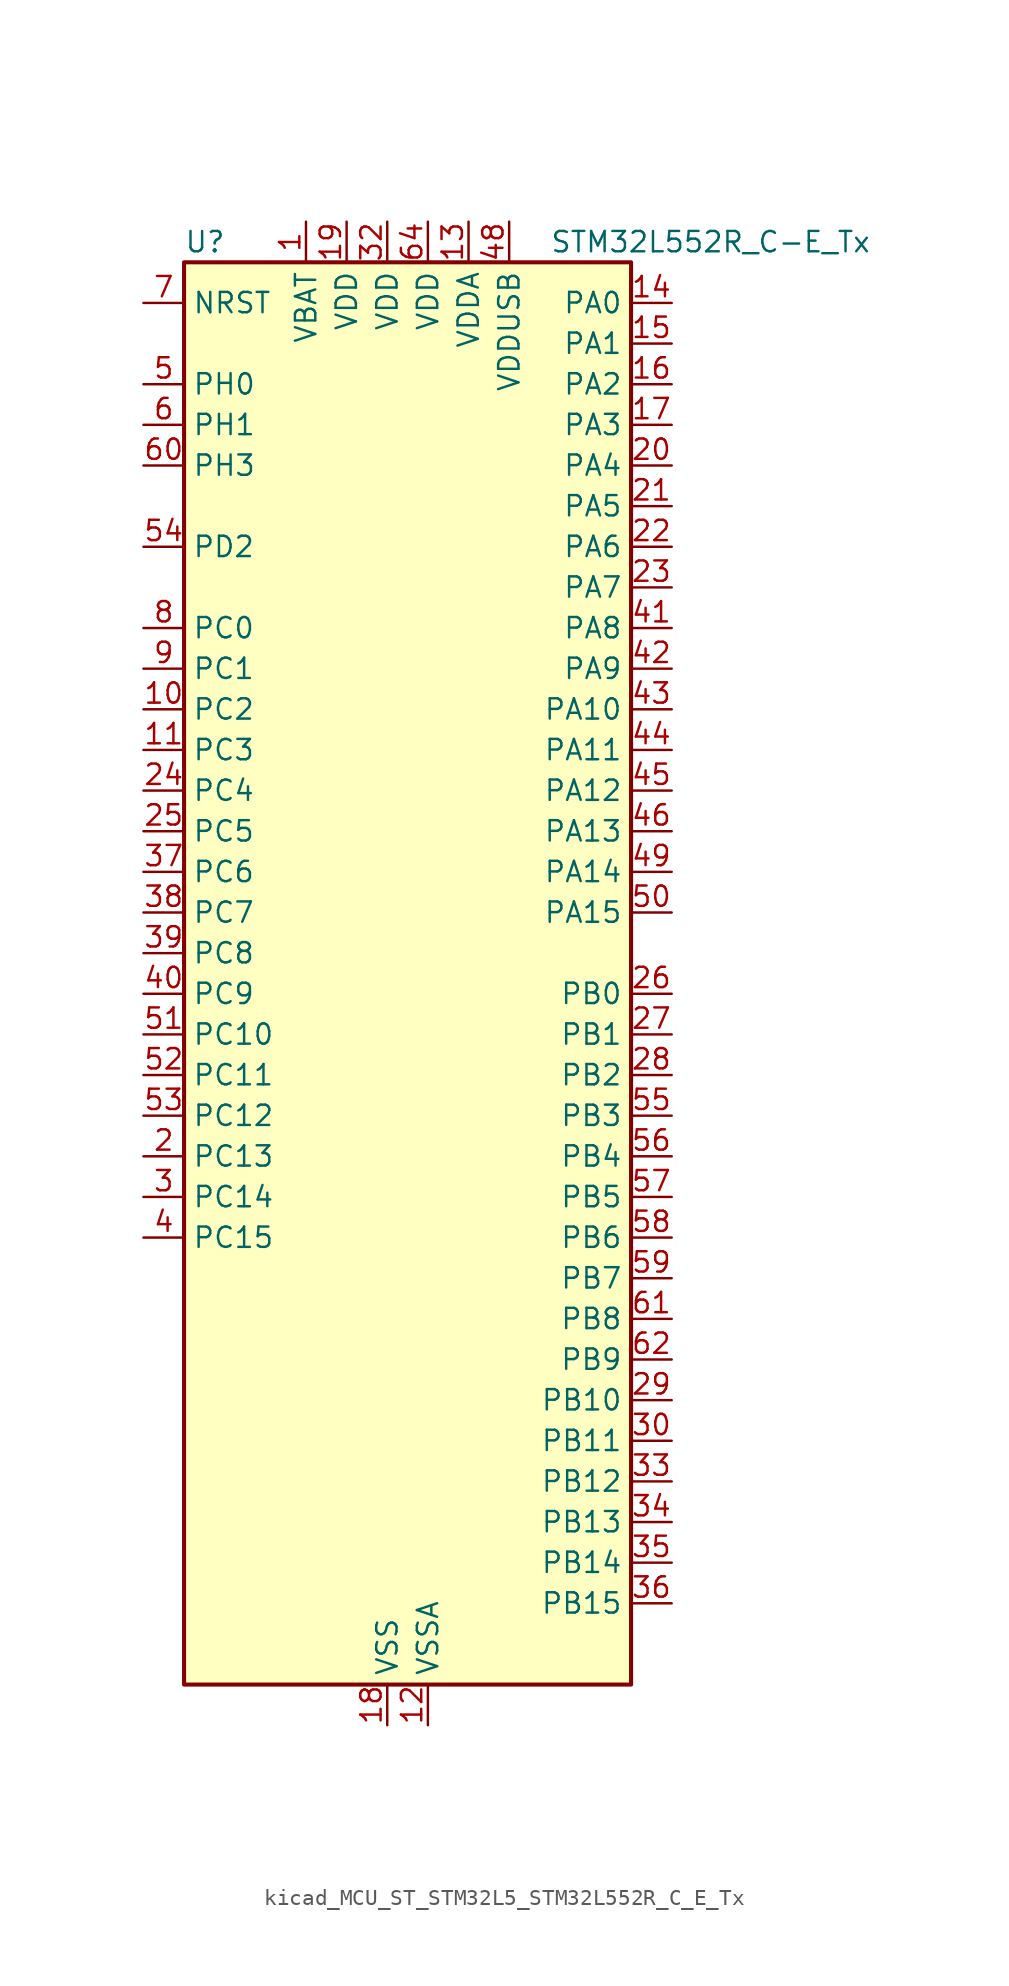
<source format=kicad_sym>
(kicad_symbol_lib
  (version 20220914)
  (generator kicad_symbol_editor)
  (symbol "kicad_MCU_ST_STM32L5_STM32L552R_C_E_Tx"
    (property "Reference" "U"
      (at -12.7 46.99 0)
      (effects (font (size 1.27 1.27)) (justify left)))
    (property "Value" "STM32L552R_C-E_Tx"
      (at 10.16 46.99 0)
      (effects (font (size 1.27 1.27)) (justify left)))
    (property "ki_locked" ""
      (at 0 0 0)
      (effects (font (size 1.27 1.27))))
    (symbol "kicad_MCU_ST_STM32L5_STM32L552R_C_E_Tx_0_1"
      (rectangle (start -12.7 -43.18) (end 15.24 45.72) (stroke (width 0.254) (type default)) (fill (type background))))
    (symbol "kicad_MCU_ST_STM32L5_STM32L552R_C_E_Tx_1_1"
      (pin power_in line (at -5.08 48.26 270) (length 2.54) (name "VBAT" (effects (font (size 1.27 1.27)))) (number "1" (effects (font (size 1.27 1.27)))))
      (pin bidirectional line (at -15.24 17.78 0) (length 2.54) (name "PC2" (effects (font (size 1.27 1.27)))) (number "10" (effects (font (size 1.27 1.27)))) (alternate "ADC1_IN3" bidirectional line) (alternate "ADC2_IN3" bidirectional line) (alternate "DFSDM1_CKOUT" bidirectional line) (alternate "LPTIM1_IN2" bidirectional line) (alternate "OCTOSPI1_IO5" bidirectional line) (alternate "SPI2_MISO" bidirectional line))
      (pin bidirectional line (at -15.24 15.24 0) (length 2.54) (name "PC3" (effects (font (size 1.27 1.27)))) (number "11" (effects (font (size 1.27 1.27)))) (alternate "ADC1_IN4" bidirectional line) (alternate "ADC2_IN4" bidirectional line) (alternate "LPTIM1_ETR" bidirectional line) (alternate "LPTIM2_ETR" bidirectional line) (alternate "LPTIM3_OUT" bidirectional line) (alternate "OCTOSPI1_IO6" bidirectional line) (alternate "SAI1_D1" bidirectional line) (alternate "SAI1_SD_A" bidirectional line) (alternate "SPI2_MOSI" bidirectional line))
      (pin power_in line (at 2.54 -45.72 90) (length 2.54) (name "VSSA" (effects (font (size 1.27 1.27)))) (number "12" (effects (font (size 1.27 1.27)))))
      (pin power_in line (at 5.08 48.26 270) (length 2.54) (name "VDDA" (effects (font (size 1.27 1.27)))) (number "13" (effects (font (size 1.27 1.27)))))
      (pin bidirectional line (at 17.78 43.18 180) (length 2.54) (name "PA0" (effects (font (size 1.27 1.27)))) (number "14" (effects (font (size 1.27 1.27)))) (alternate "ADC1_IN5" bidirectional line) (alternate "ADC2_IN5" bidirectional line) (alternate "OPAMP1_VINP" bidirectional line) (alternate "PWR_WKUP1" bidirectional line) (alternate "SAI1_EXTCLK" bidirectional line) (alternate "TAMP_IN2" bidirectional line) (alternate "TAMP_OUT1" bidirectional line) (alternate "TIM2_CH1" bidirectional line) (alternate "TIM2_ETR" bidirectional line) (alternate "TIM5_CH1" bidirectional line) (alternate "TIM8_ETR" bidirectional line) (alternate "UART4_TX" bidirectional line) (alternate "USART2_CTS" bidirectional line) (alternate "USART2_NSS" bidirectional line))
      (pin bidirectional line (at 17.78 40.64 180) (length 2.54) (name "PA1" (effects (font (size 1.27 1.27)))) (number "15" (effects (font (size 1.27 1.27)))) (alternate "ADC1_IN6" bidirectional line) (alternate "ADC2_IN6" bidirectional line) (alternate "I2C1_SMBA" bidirectional line) (alternate "OCTOSPI1_DQS" bidirectional line) (alternate "OPAMP1_VINM" bidirectional line) (alternate "SPI1_SCK" bidirectional line) (alternate "TAMP_IN5" bidirectional line) (alternate "TAMP_OUT4" bidirectional line) (alternate "TIM15_CH1N" bidirectional line) (alternate "TIM2_CH2" bidirectional line) (alternate "TIM5_CH2" bidirectional line) (alternate "UART4_RX" bidirectional line) (alternate "USART2_DE" bidirectional line) (alternate "USART2_RTS" bidirectional line))
      (pin bidirectional line (at 17.78 38.1 180) (length 2.54) (name "PA2" (effects (font (size 1.27 1.27)))) (number "16" (effects (font (size 1.27 1.27)))) (alternate "ADC1_IN7" bidirectional line) (alternate "ADC2_IN7" bidirectional line) (alternate "COMP1_INP" bidirectional line) (alternate "LPUART1_TX" bidirectional line) (alternate "OCTOSPI1_NCS" bidirectional line) (alternate "PWR_WKUP4" bidirectional line) (alternate "RCC_LSCO" bidirectional line) (alternate "SAI2_EXTCLK" bidirectional line) (alternate "TIM15_CH1" bidirectional line) (alternate "TIM2_CH3" bidirectional line) (alternate "TIM5_CH3" bidirectional line) (alternate "UCPD1_FRSTX1" bidirectional line) (alternate "USART2_TX" bidirectional line))
      (pin bidirectional line (at 17.78 35.56 180) (length 2.54) (name "PA3" (effects (font (size 1.27 1.27)))) (number "17" (effects (font (size 1.27 1.27)))) (alternate "ADC1_IN8" bidirectional line) (alternate "ADC2_IN8" bidirectional line) (alternate "LPUART1_RX" bidirectional line) (alternate "OCTOSPI1_CLK" bidirectional line) (alternate "OPAMP1_VOUT" bidirectional line) (alternate "SAI1_CK1" bidirectional line) (alternate "SAI1_MCLK_A" bidirectional line) (alternate "TIM15_CH2" bidirectional line) (alternate "TIM2_CH4" bidirectional line) (alternate "TIM5_CH4" bidirectional line) (alternate "USART2_RX" bidirectional line))
      (pin power_in line (at 0 -45.72 90) (length 2.54) (name "VSS" (effects (font (size 1.27 1.27)))) (number "18" (effects (font (size 1.27 1.27)))))
      (pin power_in line (at -2.54 48.26 270) (length 2.54) (name "VDD" (effects (font (size 1.27 1.27)))) (number "19" (effects (font (size 1.27 1.27)))))
      (pin bidirectional line (at -15.24 -10.16 0) (length 2.54) (name "PC13" (effects (font (size 1.27 1.27)))) (number "2" (effects (font (size 1.27 1.27)))) (alternate "PWR_WKUP2" bidirectional line) (alternate "RTC_OUT1" bidirectional line) (alternate "RTC_TS" bidirectional line) (alternate "TAMP_IN1" bidirectional line) (alternate "TAMP_OUT2" bidirectional line))
      (pin bidirectional line (at 17.78 33.02 180) (length 2.54) (name "PA4" (effects (font (size 1.27 1.27)))) (number "20" (effects (font (size 1.27 1.27)))) (alternate "ADC1_IN9" bidirectional line) (alternate "ADC2_IN9" bidirectional line) (alternate "DAC1_OUT1" bidirectional line) (alternate "LPTIM2_OUT" bidirectional line) (alternate "OCTOSPI1_NCS" bidirectional line) (alternate "SAI1_FS_B" bidirectional line) (alternate "SPI1_NSS" bidirectional line) (alternate "SPI3_NSS" bidirectional line) (alternate "USART2_CK" bidirectional line))
      (pin bidirectional line (at 17.78 30.48 180) (length 2.54) (name "PA5" (effects (font (size 1.27 1.27)))) (number "21" (effects (font (size 1.27 1.27)))) (alternate "ADC1_IN10" bidirectional line) (alternate "ADC2_IN10" bidirectional line) (alternate "DAC1_OUT2" bidirectional line) (alternate "LPTIM2_ETR" bidirectional line) (alternate "SPI1_SCK" bidirectional line) (alternate "TIM2_CH1" bidirectional line) (alternate "TIM2_ETR" bidirectional line) (alternate "TIM8_CH1N" bidirectional line))
      (pin bidirectional line (at 17.78 27.94 180) (length 2.54) (name "PA6" (effects (font (size 1.27 1.27)))) (number "22" (effects (font (size 1.27 1.27)))) (alternate "ADC1_IN11" bidirectional line) (alternate "ADC2_IN11" bidirectional line) (alternate "LPUART1_CTS" bidirectional line) (alternate "OCTOSPI1_IO3" bidirectional line) (alternate "OPAMP2_VINP" bidirectional line) (alternate "SPI1_MISO" bidirectional line) (alternate "TIM16_CH1" bidirectional line) (alternate "TIM1_BKIN" bidirectional line) (alternate "TIM3_CH1" bidirectional line) (alternate "TIM8_BKIN" bidirectional line) (alternate "USART3_CTS" bidirectional line) (alternate "USART3_NSS" bidirectional line))
      (pin bidirectional line (at 17.78 25.4 180) (length 2.54) (name "PA7" (effects (font (size 1.27 1.27)))) (number "23" (effects (font (size 1.27 1.27)))) (alternate "ADC1_IN12" bidirectional line) (alternate "ADC2_IN12" bidirectional line) (alternate "I2C3_SCL" bidirectional line) (alternate "OCTOSPI1_IO2" bidirectional line) (alternate "OPAMP2_VINM" bidirectional line) (alternate "SPI1_MOSI" bidirectional line) (alternate "TIM17_CH1" bidirectional line) (alternate "TIM1_CH1N" bidirectional line) (alternate "TIM3_CH2" bidirectional line) (alternate "TIM8_CH1N" bidirectional line))
      (pin bidirectional line (at -15.24 12.7 0) (length 2.54) (name "PC4" (effects (font (size 1.27 1.27)))) (number "24" (effects (font (size 1.27 1.27)))) (alternate "ADC1_IN13" bidirectional line) (alternate "ADC2_IN13" bidirectional line) (alternate "COMP1_INM" bidirectional line) (alternate "OCTOSPI1_IO7" bidirectional line) (alternate "USART3_TX" bidirectional line))
      (pin bidirectional line (at -15.24 10.16 0) (length 2.54) (name "PC5" (effects (font (size 1.27 1.27)))) (number "25" (effects (font (size 1.27 1.27)))) (alternate "ADC1_IN14" bidirectional line) (alternate "ADC2_IN14" bidirectional line) (alternate "COMP1_INP" bidirectional line) (alternate "PWR_WKUP5" bidirectional line) (alternate "SAI1_D3" bidirectional line) (alternate "TAMP_IN4" bidirectional line) (alternate "TAMP_OUT5" bidirectional line) (alternate "USART3_RX" bidirectional line))
      (pin bidirectional line (at 17.78 0 180) (length 2.54) (name "PB0" (effects (font (size 1.27 1.27)))) (number "26" (effects (font (size 1.27 1.27)))) (alternate "ADC1_IN15" bidirectional line) (alternate "ADC2_IN15" bidirectional line) (alternate "COMP1_OUT" bidirectional line) (alternate "OCTOSPI1_IO1" bidirectional line) (alternate "OPAMP2_VOUT" bidirectional line) (alternate "SAI1_EXTCLK" bidirectional line) (alternate "SPI1_NSS" bidirectional line) (alternate "TIM1_CH2N" bidirectional line) (alternate "TIM3_CH3" bidirectional line) (alternate "TIM8_CH2N" bidirectional line) (alternate "USART3_CK" bidirectional line))
      (pin bidirectional line (at 17.78 -2.54 180) (length 2.54) (name "PB1" (effects (font (size 1.27 1.27)))) (number "27" (effects (font (size 1.27 1.27)))) (alternate "ADC1_IN16" bidirectional line) (alternate "ADC2_IN16" bidirectional line) (alternate "COMP1_INM" bidirectional line) (alternate "DFSDM1_DATIN0" bidirectional line) (alternate "LPTIM2_IN1" bidirectional line) (alternate "LPUART1_DE" bidirectional line) (alternate "LPUART1_RTS" bidirectional line) (alternate "OCTOSPI1_IO0" bidirectional line) (alternate "TIM1_CH3N" bidirectional line) (alternate "TIM3_CH4" bidirectional line) (alternate "TIM8_CH3N" bidirectional line) (alternate "USART3_DE" bidirectional line) (alternate "USART3_RTS" bidirectional line))
      (pin bidirectional line (at 17.78 -5.08 180) (length 2.54) (name "PB2" (effects (font (size 1.27 1.27)))) (number "28" (effects (font (size 1.27 1.27)))) (alternate "COMP1_INP" bidirectional line) (alternate "DFSDM1_CKIN0" bidirectional line) (alternate "I2C3_SMBA" bidirectional line) (alternate "LPTIM1_OUT" bidirectional line) (alternate "OCTOSPI1_DQS" bidirectional line) (alternate "RTC_OUT2" bidirectional line) (alternate "UCPD1_FRSTX1" bidirectional line))
      (pin bidirectional line (at 17.78 -25.4 180) (length 2.54) (name "PB10" (effects (font (size 1.27 1.27)))) (number "29" (effects (font (size 1.27 1.27)))) (alternate "COMP1_OUT" bidirectional line) (alternate "I2C2_SCL" bidirectional line) (alternate "I2C4_SCL" bidirectional line) (alternate "LPTIM3_OUT" bidirectional line) (alternate "LPUART1_RX" bidirectional line) (alternate "OCTOSPI1_CLK" bidirectional line) (alternate "SAI1_SCK_A" bidirectional line) (alternate "SPI2_SCK" bidirectional line) (alternate "TIM2_CH3" bidirectional line) (alternate "TSC_SYNC" bidirectional line) (alternate "USART3_TX" bidirectional line))
      (pin bidirectional line (at -15.24 -12.7 0) (length 2.54) (name "PC14" (effects (font (size 1.27 1.27)))) (number "3" (effects (font (size 1.27 1.27)))) (alternate "RCC_OSC32_IN" bidirectional line))
      (pin bidirectional line (at 17.78 -27.94 180) (length 2.54) (name "PB11" (effects (font (size 1.27 1.27)))) (number "30" (effects (font (size 1.27 1.27)))) (alternate "ADC1_EXTI11" bidirectional line) (alternate "ADC2_EXTI11" bidirectional line) (alternate "COMP2_OUT" bidirectional line) (alternate "I2C2_SDA" bidirectional line) (alternate "I2C4_SDA" bidirectional line) (alternate "LPUART1_TX" bidirectional line) (alternate "OCTOSPI1_NCS" bidirectional line) (alternate "TIM2_CH4" bidirectional line) (alternate "USART3_RX" bidirectional line))
      (pin passive line (at 0 -45.72 90) (length 2.54) hide (name "VSS" (effects (font (size 1.27 1.27)))) (number "31" (effects (font (size 1.27 1.27)))))
      (pin power_in line (at 0 48.26 270) (length 2.54) (name "VDD" (effects (font (size 1.27 1.27)))) (number "32" (effects (font (size 1.27 1.27)))))
      (pin bidirectional line (at 17.78 -30.48 180) (length 2.54) (name "PB12" (effects (font (size 1.27 1.27)))) (number "33" (effects (font (size 1.27 1.27)))) (alternate "DFSDM1_DATIN1" bidirectional line) (alternate "I2C2_SMBA" bidirectional line) (alternate "LPUART1_DE" bidirectional line) (alternate "LPUART1_RTS" bidirectional line) (alternate "OCTOSPI1_NCLK" bidirectional line) (alternate "SAI2_FS_A" bidirectional line) (alternate "SPI2_NSS" bidirectional line) (alternate "TIM15_BKIN" bidirectional line) (alternate "TIM1_BKIN" bidirectional line) (alternate "TSC_G1_IO1" bidirectional line) (alternate "USART3_CK" bidirectional line))
      (pin bidirectional line (at 17.78 -33.02 180) (length 2.54) (name "PB13" (effects (font (size 1.27 1.27)))) (number "34" (effects (font (size 1.27 1.27)))) (alternate "DFSDM1_CKIN1" bidirectional line) (alternate "I2C2_SCL" bidirectional line) (alternate "LPTIM3_IN1" bidirectional line) (alternate "LPUART1_CTS" bidirectional line) (alternate "SAI2_SCK_A" bidirectional line) (alternate "SPI2_SCK" bidirectional line) (alternate "TIM15_CH1N" bidirectional line) (alternate "TIM1_CH1N" bidirectional line) (alternate "TSC_G1_IO2" bidirectional line) (alternate "UCPD1_FRSTX2" bidirectional line) (alternate "USART3_CTS" bidirectional line) (alternate "USART3_NSS" bidirectional line))
      (pin bidirectional line (at 17.78 -35.56 180) (length 2.54) (name "PB14" (effects (font (size 1.27 1.27)))) (number "35" (effects (font (size 1.27 1.27)))) (alternate "DFSDM1_DATIN2" bidirectional line) (alternate "I2C2_SDA" bidirectional line) (alternate "LPTIM3_ETR" bidirectional line) (alternate "SAI2_MCLK_A" bidirectional line) (alternate "SPI2_MISO" bidirectional line) (alternate "TIM15_CH1" bidirectional line) (alternate "TIM1_CH2N" bidirectional line) (alternate "TIM8_CH2N" bidirectional line) (alternate "TSC_G1_IO3" bidirectional line) (alternate "UCPD1_DBCC2" bidirectional line) (alternate "USART3_DE" bidirectional line) (alternate "USART3_RTS" bidirectional line))
      (pin bidirectional line (at 17.78 -38.1 180) (length 2.54) (name "PB15" (effects (font (size 1.27 1.27)))) (number "36" (effects (font (size 1.27 1.27)))) (alternate "ADC1_EXTI15" bidirectional line) (alternate "ADC2_EXTI15" bidirectional line) (alternate "DFSDM1_CKIN2" bidirectional line) (alternate "RTC_REFIN" bidirectional line) (alternate "SAI2_SD_A" bidirectional line) (alternate "SPI2_MOSI" bidirectional line) (alternate "TIM15_CH2" bidirectional line) (alternate "TIM1_CH3N" bidirectional line) (alternate "TIM8_CH3N" bidirectional line) (alternate "UCPD1_CC2" bidirectional line))
      (pin bidirectional line (at -15.24 7.62 0) (length 2.54) (name "PC6" (effects (font (size 1.27 1.27)))) (number "37" (effects (font (size 1.27 1.27)))) (alternate "DFSDM1_CKIN3" bidirectional line) (alternate "SAI2_MCLK_A" bidirectional line) (alternate "SDMMC1_D0DIR" bidirectional line) (alternate "SDMMC1_D6" bidirectional line) (alternate "TIM3_CH1" bidirectional line) (alternate "TIM8_CH1" bidirectional line) (alternate "TSC_G4_IO1" bidirectional line))
      (pin bidirectional line (at -15.24 5.08 0) (length 2.54) (name "PC7" (effects (font (size 1.27 1.27)))) (number "38" (effects (font (size 1.27 1.27)))) (alternate "DFSDM1_DATIN3" bidirectional line) (alternate "SAI2_MCLK_B" bidirectional line) (alternate "SDMMC1_D123DIR" bidirectional line) (alternate "SDMMC1_D7" bidirectional line) (alternate "TIM3_CH2" bidirectional line) (alternate "TIM8_CH2" bidirectional line) (alternate "TSC_G4_IO2" bidirectional line))
      (pin bidirectional line (at -15.24 2.54 0) (length 2.54) (name "PC8" (effects (font (size 1.27 1.27)))) (number "39" (effects (font (size 1.27 1.27)))) (alternate "SDMMC1_D0" bidirectional line) (alternate "TIM3_CH3" bidirectional line) (alternate "TIM8_CH3" bidirectional line) (alternate "TSC_G4_IO3" bidirectional line))
      (pin bidirectional line (at -15.24 -15.24 0) (length 2.54) (name "PC15" (effects (font (size 1.27 1.27)))) (number "4" (effects (font (size 1.27 1.27)))) (alternate "ADC1_EXTI15" bidirectional line) (alternate "ADC2_EXTI15" bidirectional line) (alternate "RCC_OSC32_OUT" bidirectional line))
      (pin bidirectional line (at -15.24 0 0) (length 2.54) (name "PC9" (effects (font (size 1.27 1.27)))) (number "40" (effects (font (size 1.27 1.27)))) (alternate "DAC1_EXTI9" bidirectional line) (alternate "DEBUG_TRACED0" bidirectional line) (alternate "SAI2_EXTCLK" bidirectional line) (alternate "SDMMC1_D1" bidirectional line) (alternate "TIM3_CH4" bidirectional line) (alternate "TIM8_BKIN2" bidirectional line) (alternate "TIM8_CH4" bidirectional line) (alternate "TSC_G4_IO4" bidirectional line) (alternate "USB_NOE" bidirectional line))
      (pin bidirectional line (at 17.78 22.86 180) (length 2.54) (name "PA8" (effects (font (size 1.27 1.27)))) (number "41" (effects (font (size 1.27 1.27)))) (alternate "LPTIM2_OUT" bidirectional line) (alternate "RCC_MCO" bidirectional line) (alternate "SAI1_CK2" bidirectional line) (alternate "SAI1_SCK_A" bidirectional line) (alternate "TIM1_CH1" bidirectional line) (alternate "USART1_CK" bidirectional line))
      (pin bidirectional line (at 17.78 20.32 180) (length 2.54) (name "PA9" (effects (font (size 1.27 1.27)))) (number "42" (effects (font (size 1.27 1.27)))) (alternate "DAC1_EXTI9" bidirectional line) (alternate "SAI1_FS_A" bidirectional line) (alternate "SPI2_SCK" bidirectional line) (alternate "TIM15_BKIN" bidirectional line) (alternate "TIM1_CH2" bidirectional line) (alternate "USART1_TX" bidirectional line))
      (pin bidirectional line (at 17.78 17.78 180) (length 2.54) (name "PA10" (effects (font (size 1.27 1.27)))) (number "43" (effects (font (size 1.27 1.27)))) (alternate "CRS_SYNC" bidirectional line) (alternate "SAI1_D1" bidirectional line) (alternate "SAI1_SD_A" bidirectional line) (alternate "TIM17_BKIN" bidirectional line) (alternate "TIM1_CH3" bidirectional line) (alternate "USART1_RX" bidirectional line))
      (pin bidirectional line (at 17.78 15.24 180) (length 2.54) (name "PA11" (effects (font (size 1.27 1.27)))) (number "44" (effects (font (size 1.27 1.27)))) (alternate "ADC1_EXTI11" bidirectional line) (alternate "ADC2_EXTI11" bidirectional line) (alternate "FDCAN1_RX" bidirectional line) (alternate "SPI1_MISO" bidirectional line) (alternate "TIM1_BKIN2" bidirectional line) (alternate "TIM1_CH4" bidirectional line) (alternate "USART1_CTS" bidirectional line) (alternate "USART1_NSS" bidirectional line) (alternate "USB_DM" bidirectional line))
      (pin bidirectional line (at 17.78 12.7 180) (length 2.54) (name "PA12" (effects (font (size 1.27 1.27)))) (number "45" (effects (font (size 1.27 1.27)))) (alternate "FDCAN1_TX" bidirectional line) (alternate "SPI1_MOSI" bidirectional line) (alternate "TIM1_ETR" bidirectional line) (alternate "USART1_DE" bidirectional line) (alternate "USART1_RTS" bidirectional line) (alternate "USB_DP" bidirectional line))
      (pin bidirectional line (at 17.78 10.16 180) (length 2.54) (name "PA13" (effects (font (size 1.27 1.27)))) (number "46" (effects (font (size 1.27 1.27)))) (alternate "DEBUG_JTMS-SWDIO" bidirectional line) (alternate "IR_OUT" bidirectional line) (alternate "SAI1_SD_B" bidirectional line) (alternate "USB_NOE" bidirectional line))
      (pin passive line (at 0 -45.72 90) (length 2.54) hide (name "VSS" (effects (font (size 1.27 1.27)))) (number "47" (effects (font (size 1.27 1.27)))))
      (pin power_in line (at 7.62 48.26 270) (length 2.54) (name "VDDUSB" (effects (font (size 1.27 1.27)))) (number "48" (effects (font (size 1.27 1.27)))))
      (pin bidirectional line (at 17.78 7.62 180) (length 2.54) (name "PA14" (effects (font (size 1.27 1.27)))) (number "49" (effects (font (size 1.27 1.27)))) (alternate "DEBUG_JTCK-SWCLK" bidirectional line) (alternate "I2C1_SMBA" bidirectional line) (alternate "I2C4_SMBA" bidirectional line) (alternate "LPTIM1_OUT" bidirectional line) (alternate "SAI1_FS_B" bidirectional line))
      (pin bidirectional line (at -15.24 38.1 0) (length 2.54) (name "PH0" (effects (font (size 1.27 1.27)))) (number "5" (effects (font (size 1.27 1.27)))) (alternate "RCC_OSC_IN" bidirectional line))
      (pin bidirectional line (at 17.78 5.08 180) (length 2.54) (name "PA15" (effects (font (size 1.27 1.27)))) (number "50" (effects (font (size 1.27 1.27)))) (alternate "ADC1_EXTI15" bidirectional line) (alternate "ADC2_EXTI15" bidirectional line) (alternate "DEBUG_JTDI" bidirectional line) (alternate "SAI2_FS_B" bidirectional line) (alternate "SPI1_NSS" bidirectional line) (alternate "SPI3_NSS" bidirectional line) (alternate "TIM2_CH1" bidirectional line) (alternate "TIM2_ETR" bidirectional line) (alternate "UART4_DE" bidirectional line) (alternate "UART4_RTS" bidirectional line) (alternate "UCPD1_CC1" bidirectional line) (alternate "USART2_RX" bidirectional line) (alternate "USART3_DE" bidirectional line) (alternate "USART3_RTS" bidirectional line))
      (pin bidirectional line (at -15.24 -2.54 0) (length 2.54) (name "PC10" (effects (font (size 1.27 1.27)))) (number "51" (effects (font (size 1.27 1.27)))) (alternate "DEBUG_TRACED1" bidirectional line) (alternate "LPTIM3_ETR" bidirectional line) (alternate "SAI2_SCK_B" bidirectional line) (alternate "SDMMC1_D2" bidirectional line) (alternate "SPI3_SCK" bidirectional line) (alternate "TSC_G3_IO2" bidirectional line) (alternate "UART4_TX" bidirectional line) (alternate "USART3_TX" bidirectional line))
      (pin bidirectional line (at -15.24 -5.08 0) (length 2.54) (name "PC11" (effects (font (size 1.27 1.27)))) (number "52" (effects (font (size 1.27 1.27)))) (alternate "ADC1_EXTI11" bidirectional line) (alternate "ADC2_EXTI11" bidirectional line) (alternate "LPTIM3_IN1" bidirectional line) (alternate "OCTOSPI1_NCS" bidirectional line) (alternate "SAI2_MCLK_B" bidirectional line) (alternate "SDMMC1_D3" bidirectional line) (alternate "SPI3_MISO" bidirectional line) (alternate "TSC_G3_IO3" bidirectional line) (alternate "UART4_RX" bidirectional line) (alternate "UCPD1_FRSTX2" bidirectional line) (alternate "USART3_RX" bidirectional line))
      (pin bidirectional line (at -15.24 -7.62 0) (length 2.54) (name "PC12" (effects (font (size 1.27 1.27)))) (number "53" (effects (font (size 1.27 1.27)))) (alternate "DEBUG_TRACED3" bidirectional line) (alternate "SAI2_SD_B" bidirectional line) (alternate "SDMMC1_CK" bidirectional line) (alternate "SPI3_MOSI" bidirectional line) (alternate "TSC_G3_IO4" bidirectional line) (alternate "UART5_TX" bidirectional line) (alternate "USART3_CK" bidirectional line))
      (pin bidirectional line (at -15.24 27.94 0) (length 2.54) (name "PD2" (effects (font (size 1.27 1.27)))) (number "54" (effects (font (size 1.27 1.27)))) (alternate "DEBUG_TRACED2" bidirectional line) (alternate "SDMMC1_CMD" bidirectional line) (alternate "TIM3_ETR" bidirectional line) (alternate "TSC_SYNC" bidirectional line) (alternate "UART5_RX" bidirectional line) (alternate "USART3_DE" bidirectional line) (alternate "USART3_RTS" bidirectional line))
      (pin bidirectional line (at 17.78 -7.62 180) (length 2.54) (name "PB3" (effects (font (size 1.27 1.27)))) (number "55" (effects (font (size 1.27 1.27)))) (alternate "COMP2_INM" bidirectional line) (alternate "CRS_SYNC" bidirectional line) (alternate "DEBUG_JTDO-SWO" bidirectional line) (alternate "SAI1_SCK_B" bidirectional line) (alternate "SPI1_SCK" bidirectional line) (alternate "SPI3_SCK" bidirectional line) (alternate "TIM2_CH2" bidirectional line) (alternate "USART1_DE" bidirectional line) (alternate "USART1_RTS" bidirectional line))
      (pin bidirectional line (at 17.78 -10.16 180) (length 2.54) (name "PB4" (effects (font (size 1.27 1.27)))) (number "56" (effects (font (size 1.27 1.27)))) (alternate "COMP2_INP" bidirectional line) (alternate "DEBUG_JTRST" bidirectional line) (alternate "I2C3_SDA" bidirectional line) (alternate "SAI1_MCLK_B" bidirectional line) (alternate "SPI1_MISO" bidirectional line) (alternate "SPI3_MISO" bidirectional line) (alternate "TIM17_BKIN" bidirectional line) (alternate "TIM3_CH1" bidirectional line) (alternate "TSC_G2_IO1" bidirectional line) (alternate "UART5_DE" bidirectional line) (alternate "UART5_RTS" bidirectional line) (alternate "USART1_CTS" bidirectional line) (alternate "USART1_NSS" bidirectional line))
      (pin bidirectional line (at 17.78 -12.7 180) (length 2.54) (name "PB5" (effects (font (size 1.27 1.27)))) (number "57" (effects (font (size 1.27 1.27)))) (alternate "COMP2_OUT" bidirectional line) (alternate "I2C1_SMBA" bidirectional line) (alternate "LPTIM1_IN1" bidirectional line) (alternate "OCTOSPI1_NCLK" bidirectional line) (alternate "SAI1_SD_B" bidirectional line) (alternate "SPI1_MOSI" bidirectional line) (alternate "SPI3_MOSI" bidirectional line) (alternate "TIM16_BKIN" bidirectional line) (alternate "TIM3_CH2" bidirectional line) (alternate "TSC_G2_IO2" bidirectional line) (alternate "UART5_CTS" bidirectional line) (alternate "UCPD1_DBCC1" bidirectional line) (alternate "USART1_CK" bidirectional line))
      (pin bidirectional line (at 17.78 -15.24 180) (length 2.54) (name "PB6" (effects (font (size 1.27 1.27)))) (number "58" (effects (font (size 1.27 1.27)))) (alternate "COMP2_INP" bidirectional line) (alternate "I2C1_SCL" bidirectional line) (alternate "I2C4_SCL" bidirectional line) (alternate "LPTIM1_ETR" bidirectional line) (alternate "SAI1_FS_B" bidirectional line) (alternate "TIM16_CH1N" bidirectional line) (alternate "TIM4_CH1" bidirectional line) (alternate "TIM8_BKIN2" bidirectional line) (alternate "TSC_G2_IO3" bidirectional line) (alternate "USART1_TX" bidirectional line))
      (pin bidirectional line (at 17.78 -17.78 180) (length 2.54) (name "PB7" (effects (font (size 1.27 1.27)))) (number "59" (effects (font (size 1.27 1.27)))) (alternate "COMP2_INM" bidirectional line) (alternate "I2C1_SDA" bidirectional line) (alternate "I2C4_SDA" bidirectional line) (alternate "LPTIM1_IN2" bidirectional line) (alternate "PWR_PVD_IN" bidirectional line) (alternate "TIM17_CH1N" bidirectional line) (alternate "TIM4_CH2" bidirectional line) (alternate "TIM8_BKIN" bidirectional line) (alternate "TSC_G2_IO4" bidirectional line) (alternate "UART4_CTS" bidirectional line) (alternate "USART1_RX" bidirectional line))
      (pin bidirectional line (at -15.24 35.56 0) (length 2.54) (name "PH1" (effects (font (size 1.27 1.27)))) (number "6" (effects (font (size 1.27 1.27)))) (alternate "RCC_OSC_OUT" bidirectional line))
      (pin bidirectional line (at -15.24 33.02 0) (length 2.54) (name "PH3" (effects (font (size 1.27 1.27)))) (number "60" (effects (font (size 1.27 1.27)))))
      (pin bidirectional line (at 17.78 -20.32 180) (length 2.54) (name "PB8" (effects (font (size 1.27 1.27)))) (number "61" (effects (font (size 1.27 1.27)))) (alternate "DFSDM1_CKOUT" bidirectional line) (alternate "FDCAN1_RX" bidirectional line) (alternate "I2C1_SCL" bidirectional line) (alternate "SAI1_CK1" bidirectional line) (alternate "SAI1_MCLK_A" bidirectional line) (alternate "SDMMC1_CKIN" bidirectional line) (alternate "SDMMC1_D4" bidirectional line) (alternate "TIM16_CH1" bidirectional line) (alternate "TIM4_CH3" bidirectional line))
      (pin bidirectional line (at 17.78 -22.86 180) (length 2.54) (name "PB9" (effects (font (size 1.27 1.27)))) (number "62" (effects (font (size 1.27 1.27)))) (alternate "DAC1_EXTI9" bidirectional line) (alternate "FDCAN1_TX" bidirectional line) (alternate "I2C1_SDA" bidirectional line) (alternate "IR_OUT" bidirectional line) (alternate "SAI1_D2" bidirectional line) (alternate "SAI1_FS_A" bidirectional line) (alternate "SDMMC1_CDIR" bidirectional line) (alternate "SDMMC1_D5" bidirectional line) (alternate "SPI2_NSS" bidirectional line) (alternate "TIM17_CH1" bidirectional line) (alternate "TIM4_CH4" bidirectional line))
      (pin passive line (at 0 -45.72 90) (length 2.54) hide (name "VSS" (effects (font (size 1.27 1.27)))) (number "63" (effects (font (size 1.27 1.27)))))
      (pin power_in line (at 2.54 48.26 270) (length 2.54) (name "VDD" (effects (font (size 1.27 1.27)))) (number "64" (effects (font (size 1.27 1.27)))))
      (pin input line (at -15.24 43.18 0) (length 2.54) (name "NRST" (effects (font (size 1.27 1.27)))) (number "7" (effects (font (size 1.27 1.27)))))
      (pin bidirectional line (at -15.24 22.86 0) (length 2.54) (name "PC0" (effects (font (size 1.27 1.27)))) (number "8" (effects (font (size 1.27 1.27)))) (alternate "ADC1_IN1" bidirectional line) (alternate "ADC2_IN1" bidirectional line) (alternate "I2C3_SCL" bidirectional line) (alternate "LPTIM1_IN1" bidirectional line) (alternate "LPTIM2_IN1" bidirectional line) (alternate "LPUART1_RX" bidirectional line) (alternate "OCTOSPI1_IO7" bidirectional line) (alternate "SAI2_FS_A" bidirectional line) (alternate "SDMMC1_D5" bidirectional line))
      (pin bidirectional line (at -15.24 20.32 0) (length 2.54) (name "PC1" (effects (font (size 1.27 1.27)))) (number "9" (effects (font (size 1.27 1.27)))) (alternate "ADC1_IN2" bidirectional line) (alternate "ADC2_IN2" bidirectional line) (alternate "DEBUG_TRACED0" bidirectional line) (alternate "I2C3_SDA" bidirectional line) (alternate "LPTIM1_OUT" bidirectional line) (alternate "LPUART1_TX" bidirectional line) (alternate "OCTOSPI1_IO4" bidirectional line) (alternate "SAI1_SD_A" bidirectional line) (alternate "SPI2_MOSI" bidirectional line)))))
</source>
